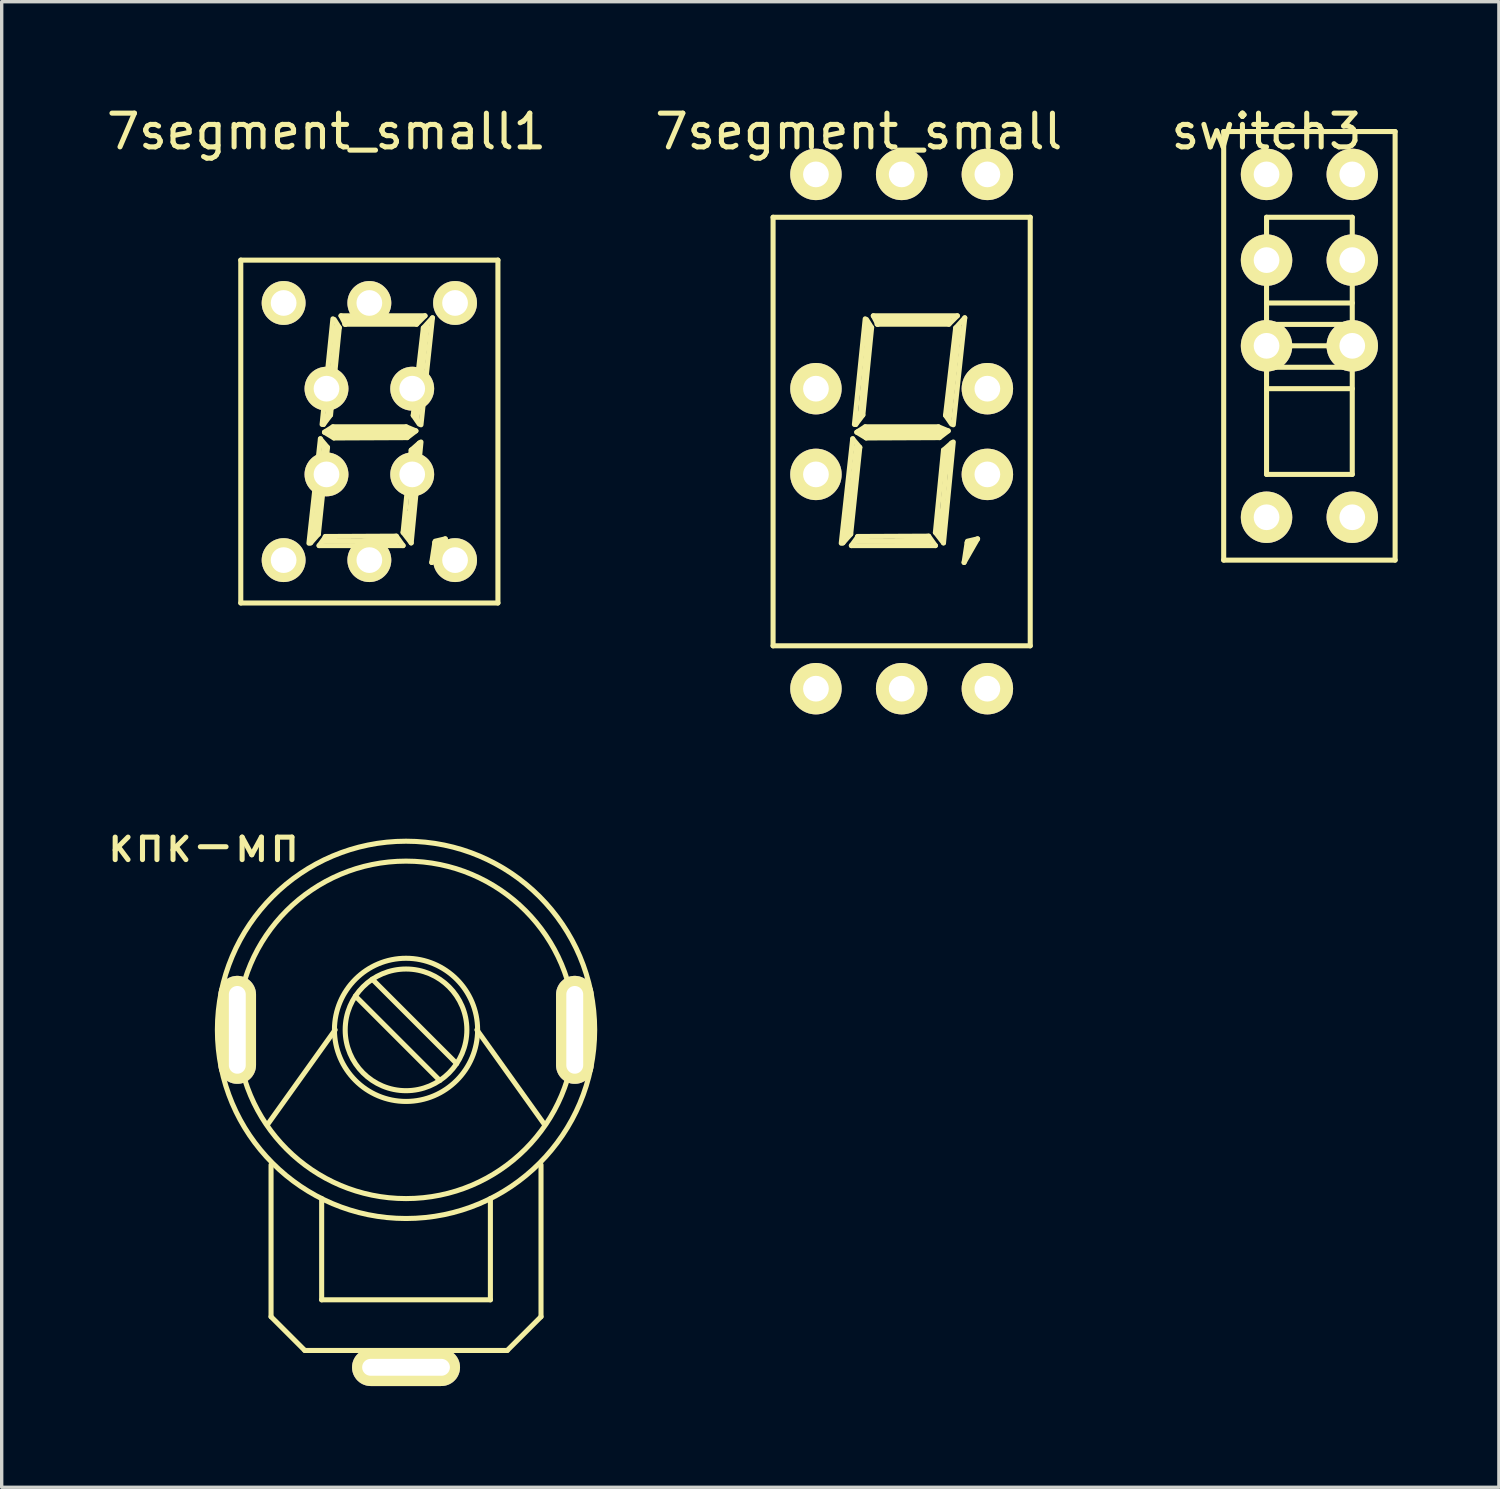
<source format=kicad_pcb>
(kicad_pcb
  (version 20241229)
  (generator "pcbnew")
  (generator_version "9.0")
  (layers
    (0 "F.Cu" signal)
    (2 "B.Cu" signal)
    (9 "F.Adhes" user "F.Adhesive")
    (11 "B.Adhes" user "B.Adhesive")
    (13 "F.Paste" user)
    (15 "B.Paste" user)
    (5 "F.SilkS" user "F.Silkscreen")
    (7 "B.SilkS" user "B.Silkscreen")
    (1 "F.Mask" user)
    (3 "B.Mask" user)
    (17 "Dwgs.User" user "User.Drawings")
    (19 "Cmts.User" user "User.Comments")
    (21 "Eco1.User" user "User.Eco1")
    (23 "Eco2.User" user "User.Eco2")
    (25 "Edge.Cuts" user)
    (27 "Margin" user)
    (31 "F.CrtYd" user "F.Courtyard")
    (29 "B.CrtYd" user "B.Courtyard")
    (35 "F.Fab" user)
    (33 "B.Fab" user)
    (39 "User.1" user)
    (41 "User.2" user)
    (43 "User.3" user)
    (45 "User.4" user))
  (footprint "кпк-мп"
    (layer "F.Cu")
    (at 8.982 27.468)
    (property "Reference" "кпк-мп" (at -6 -5.5 0) (layer "F.SilkS") (effects (font (size 1 1) (thickness 0.15))))
    (attr through_hole)
    (fp_line (start -4 8.5) (end -4 4) (stroke (width 0.15) (type solid)) (layer "F.SilkS"))
    (fp_line (start -3 9.5) (end -4 8.5) (stroke (width 0.15) (type solid)) (layer "F.SilkS"))
    (fp_line (start -2.5 5) (end -2.5 8) (stroke (width 0.15) (type solid)) (layer "F.SilkS"))
    (fp_line (start -2.5 8) (end 2.5 8) (stroke (width 0.15) (type solid)) (layer "F.SilkS"))
    (fp_line (start -2.1 0) (end -4.1 2.8) (stroke (width 0.15) (type solid)) (layer "F.SilkS"))
    (fp_line (start -1.5 -1) (end 1 1.5) (stroke (width 0.15) (type solid)) (layer "F.SilkS"))
    (fp_line (start -1 -1.5) (end 1.5 1) (stroke (width 0.15) (type solid)) (layer "F.SilkS"))
    (fp_line (start 2.1 0) (end 4.1 2.8) (stroke (width 0.15) (type solid)) (layer "F.SilkS"))
    (fp_line (start 2.5 8) (end 2.5 5) (stroke (width 0.15) (type solid)) (layer "F.SilkS"))
    (fp_line (start 3 9.5) (end -3 9.5) (stroke (width 0.15) (type solid)) (layer "F.SilkS"))
    (fp_line (start 4 4) (end 4 8.5) (stroke (width 0.15) (type solid)) (layer "F.SilkS"))
    (fp_line (start 4 8.5) (end 3 9.5) (stroke (width 0.15) (type solid)) (layer "F.SilkS"))
    (fp_circle (center 0 0) (end 1 1.5) (stroke (width 0.15) (type solid)) (fill no) (layer "F.SilkS"))
    (fp_circle (center 0 0) (end 1.5 1.5) (stroke (width 0.15) (type solid)) (fill no) (layer "F.SilkS"))
    (fp_circle (center 0 0) (end 4 3) (stroke (width 0.15) (type solid)) (fill no) (layer "F.SilkS"))
    (fp_circle (center 0 0) (end 5 2.5) (stroke (width 0.15) (type solid)) (fill no) (layer "F.SilkS"))
    (pad "1" thru_hole oval (at -5 0) (size 1.11 3.2) (drill oval 0.5 2.6) (layers "*.Cu" "*.Mask" "F.SilkS"))
    (pad "1" thru_hole oval (at 5 0) (size 1.11 3.2) (drill oval 0.5 2.6) (layers "*.Cu" "*.Mask" "F.SilkS"))
    (pad "2" thru_hole oval (at 0 10 90) (size 1.11 3.2) (drill oval 0.5 2.6) (layers "*.Cu" "*.Mask" "F.SilkS")))
  (footprint "7segment_small"
    (layer "F.Cu")
    (at 23.669 9.738)
    (property "Reference" "7segment_small" (at -1.27 -8.89 0) (layer "F.SilkS") (effects (font (size 1 1) (thickness 0.15))))
    (attr through_hole)
    (fp_line (start -3.81 -6.35) (end 3.81 -6.35) (stroke (width 0.15) (type solid)) (layer "F.SilkS"))
    (fp_line (start -3.81 6.35) (end -3.81 -6.35) (stroke (width 0.15) (type solid)) (layer "F.SilkS"))
    (fp_line (start -1.74 3.3) (end -1.63 2.99) (stroke (width 0.15) (type solid)) (layer "F.SilkS"))
    (fp_line (start -1.63 2.99) (end -1.34 0.44) (stroke (width 0.15) (type solid)) (layer "F.SilkS"))
    (fp_line (start -1.51 3.04) (end -1.74 3.3) (stroke (width 0.15) (type solid)) (layer "F.SilkS"))
    (fp_line (start -1.49 3.38) (end -1.3 3.12) (stroke (width 0.15) (type solid)) (layer "F.SilkS"))
    (fp_line (start -1.45 0.21) (end -1.79 3.31) (stroke (width 0.15) (type solid)) (layer "F.SilkS"))
    (fp_line (start -1.45 0.22) (end -1.24 0.47) (stroke (width 0.15) (type solid)) (layer "F.SilkS"))
    (fp_line (start -1.4 -0.21) (end -1.08 -3.34) (stroke (width 0.15) (type solid)) (layer "F.SilkS"))
    (fp_line (start -1.36 -0.21) (end -1.22 -0.55) (stroke (width 0.15) (type solid)) (layer "F.SilkS"))
    (fp_line (start -1.33 0.02) (end -0.95 -0.01) (stroke (width 0.15) (type solid)) (layer "F.SilkS"))
    (fp_line (start -1.33 3.24) (end 0.8 3.26) (stroke (width 0.15) (type solid)) (layer "F.SilkS"))
    (fp_line (start -1.31 3.11) (end 0.8 3.1) (stroke (width 0.15) (type solid)) (layer "F.SilkS"))
    (fp_line (start -1.3 0) (end -1.08 -0.14) (stroke (width 0.15) (type solid)) (layer "F.SilkS"))
    (fp_line (start -1.3 3.12) (end -1.33 3.24) (stroke (width 0.15) (type solid)) (layer "F.SilkS"))
    (fp_line (start -1.24 0.47) (end -1.51 3.04) (stroke (width 0.15) (type solid)) (layer "F.SilkS"))
    (fp_line (start -1.22 -0.55) (end -0.98 -3.11) (stroke (width 0.15) (type solid)) (layer "F.SilkS"))
    (fp_line (start -1.15 -0.49) (end -1.36 -0.21) (stroke (width 0.15) (type solid)) (layer "F.SilkS"))
    (fp_line (start -1.08 -0.14) (end 1.09 -0.14) (stroke (width 0.15) (type solid)) (layer "F.SilkS"))
    (fp_line (start -1.05 0.19) (end -1.33 0.02) (stroke (width 0.15) (type solid)) (layer "F.SilkS"))
    (fp_line (start -1.04 -3.32) (end -0.89 -3.08) (stroke (width 0.15) (type solid)) (layer "F.SilkS"))
    (fp_line (start -0.95 -0.01) (end 1.1 -0.01) (stroke (width 0.15) (type solid)) (layer "F.SilkS"))
    (fp_line (start -0.89 -3.08) (end -1.15 -0.49) (stroke (width 0.15) (type solid)) (layer "F.SilkS"))
    (fp_line (start -0.84 -3.43) (end -0.71 -3.18) (stroke (width 0.15) (type solid)) (layer "F.SilkS"))
    (fp_line (start -0.73 -3.18) (end 1.4 -3.18) (stroke (width 0.15) (type solid)) (layer "F.SilkS"))
    (fp_line (start -0.71 -3.18) (end -0.7 -3.3) (stroke (width 0.15) (type solid)) (layer "F.SilkS"))
    (fp_line (start -0.7 -3.3) (end 1.42 -3.31) (stroke (width 0.15) (type solid)) (layer "F.SilkS"))
    (fp_line (start 0.15 3.2) (end 0.79 3.21) (stroke (width 0.15) (type solid)) (layer "F.SilkS"))
    (fp_line (start 0.79 3.21) (end -0.17 3.24) (stroke (width 0.15) (type solid)) (layer "F.SilkS"))
    (fp_line (start 0.8 3.1) (end 1 3.38) (stroke (width 0.15) (type solid)) (layer "F.SilkS"))
    (fp_line (start 1 2.99) (end 1.24 0.55) (stroke (width 0.15) (type solid)) (layer "F.SilkS"))
    (fp_line (start 1 3.38) (end -1.49 3.38) (stroke (width 0.15) (type solid)) (layer "F.SilkS"))
    (fp_line (start 1.04 0.1) (end -1.08 0.1) (stroke (width 0.15) (type solid)) (layer "F.SilkS"))
    (fp_line (start 1.08 3.02) (end 1.15 2.42) (stroke (width 0.15) (type solid)) (layer "F.SilkS"))
    (fp_line (start 1.09 -0.14) (end 1.38 -0.02) (stroke (width 0.15) (type solid)) (layer "F.SilkS"))
    (fp_line (start 1.1 -0.01) (end 1.21 0.02) (stroke (width 0.15) (type solid)) (layer "F.SilkS"))
    (fp_line (start 1.12 0.18) (end -1.05 0.19) (stroke (width 0.15) (type solid)) (layer "F.SilkS"))
    (fp_line (start 1.21 0.02) (end 1.04 0.1) (stroke (width 0.15) (type solid)) (layer "F.SilkS"))
    (fp_line (start 1.24 0.55) (end 1.48 0.34) (stroke (width 0.15) (type solid)) (layer "F.SilkS"))
    (fp_line (start 1.24 3.3) (end 1 2.99) (stroke (width 0.15) (type solid)) (layer "F.SilkS"))
    (fp_line (start 1.3 -0.48) (end 1.48 -0.22) (stroke (width 0.15) (type solid)) (layer "F.SilkS"))
    (fp_line (start 1.35 0.61) (end 1.15 3.07) (stroke (width 0.15) (type solid)) (layer "F.SilkS"))
    (fp_line (start 1.38 -0.02) (end 1.12 0.18) (stroke (width 0.15) (type solid)) (layer "F.SilkS"))
    (fp_line (start 1.38 0.63) (end 1.39 1.07) (stroke (width 0.15) (type solid)) (layer "F.SilkS"))
    (fp_line (start 1.4 -3.18) (end 1.65 -3.43) (stroke (width 0.15) (type solid)) (layer "F.SilkS"))
    (fp_line (start 1.41 -0.38) (end 1.71 -3.11) (stroke (width 0.15) (type solid)) (layer "F.SilkS"))
    (fp_line (start 1.48 0.34) (end 1.35 0.61) (stroke (width 0.15) (type solid)) (layer "F.SilkS"))
    (fp_line (start 1.53 -0.2) (end 1.87 -3.37) (stroke (width 0.15) (type solid)) (layer "F.SilkS"))
    (fp_line (start 1.53 0.31) (end 1.24 3.3) (stroke (width 0.15) (type solid)) (layer "F.SilkS"))
    (fp_line (start 1.6 -3.07) (end 1.3 -0.48) (stroke (width 0.15) (type solid)) (layer "F.SilkS"))
    (fp_line (start 1.65 -3.43) (end -0.84 -3.43) (stroke (width 0.15) (type solid)) (layer "F.SilkS"))
    (fp_line (start 1.85 3.88) (end 1.94 3.29) (stroke (width 0.15) (type solid)) (layer "F.SilkS"))
    (fp_line (start 1.87 -3.37) (end 1.6 -3.07) (stroke (width 0.15) (type solid)) (layer "F.SilkS"))
    (fp_line (start 1.94 3.29) (end 2.07 3.3) (stroke (width 0.15) (type solid)) (layer "F.SilkS"))
    (fp_line (start 1.95 3.25) (end 2.25 3.18) (stroke (width 0.15) (type solid)) (layer "F.SilkS"))
    (fp_line (start 2.07 3.3) (end 1.99 3.47) (stroke (width 0.15) (type solid)) (layer "F.SilkS"))
    (fp_line (start 2.25 3.18) (end 1.85 3.88) (stroke (width 0.15) (type solid)) (layer "F.SilkS"))
    (fp_line (start 3.81 -6.35) (end 3.81 6.35) (stroke (width 0.15) (type solid)) (layer "F.SilkS"))
    (fp_line (start 3.81 6.35) (end -3.81 6.35) (stroke (width 0.15) (type solid)) (layer "F.SilkS"))
    (pad "1" thru_hole circle (at -2.54 7.62) (size 1.524 1.524) (drill 0.762) (layers "*.Cu" "*.Mask" "F.SilkS"))
    (pad "2" thru_hole circle (at -2.54 1.27) (size 1.524 1.524) (drill 0.762) (layers "*.Cu" "*.Mask" "F.SilkS"))
    (pad "3" thru_hole circle (at 0 7.62) (size 1.524 1.524) (drill 0.762) (layers "*.Cu" "*.Mask" "F.SilkS"))
    (pad "4" thru_hole circle (at 2.54 1.27) (size 1.524 1.524) (drill 0.762) (layers "*.Cu" "*.Mask" "F.SilkS"))
    (pad "5" thru_hole circle (at 2.54 7.62) (size 1.524 1.524) (drill 0.762) (layers "*.Cu" "*.Mask" "F.SilkS"))
    (pad "6" thru_hole circle (at 2.54 -7.62) (size 1.524 1.524) (drill 0.762) (layers "*.Cu" "*.Mask" "F.SilkS"))
    (pad "7" thru_hole circle (at 2.54 -1.27) (size 1.524 1.524) (drill 0.762) (layers "*.Cu" "*.Mask" "F.SilkS"))
    (pad "8" thru_hole circle (at 0 -7.62) (size 1.524 1.524) (drill 0.762) (layers "*.Cu" "*.Mask" "F.SilkS"))
    (pad "9" thru_hole circle (at -2.54 -7.62) (size 1.524 1.524) (drill 0.762) (layers "*.Cu" "*.Mask" "F.SilkS"))
    (pad "10" thru_hole circle (at -2.54 -1.27) (size 1.524 1.524) (drill 0.762) (layers "*.Cu" "*.Mask" "F.SilkS")))
  (footprint "7segment_small1"
    (layer "F.Cu")
    (at 7.895 9.738)
    (property "Reference" "7segment_small1" (at -1.27 -8.89 0) (layer "F.SilkS") (effects (font (size 1 1) (thickness 0.15))))
    (attr through_hole)
    (fp_line (start -3.81 -5.08) (end 3.81 -5.08) (stroke (width 0.15) (type solid)) (layer "F.SilkS"))
    (fp_line (start -3.81 5.08) (end -3.81 -5.08) (stroke (width 0.15) (type solid)) (layer "F.SilkS"))
    (fp_line (start -1.74 3.3) (end -1.63 2.99) (stroke (width 0.15) (type solid)) (layer "F.SilkS"))
    (fp_line (start -1.63 2.99) (end -1.34 0.44) (stroke (width 0.15) (type solid)) (layer "F.SilkS"))
    (fp_line (start -1.51 3.04) (end -1.74 3.3) (stroke (width 0.15) (type solid)) (layer "F.SilkS"))
    (fp_line (start -1.49 3.38) (end -1.3 3.12) (stroke (width 0.15) (type solid)) (layer "F.SilkS"))
    (fp_line (start -1.45 0.21) (end -1.79 3.31) (stroke (width 0.15) (type solid)) (layer "F.SilkS"))
    (fp_line (start -1.45 0.22) (end -1.24 0.47) (stroke (width 0.15) (type solid)) (layer "F.SilkS"))
    (fp_line (start -1.4 -0.21) (end -1.08 -3.34) (stroke (width 0.15) (type solid)) (layer "F.SilkS"))
    (fp_line (start -1.36 -0.21) (end -1.22 -0.55) (stroke (width 0.15) (type solid)) (layer "F.SilkS"))
    (fp_line (start -1.33 0.02) (end -0.95 -0.01) (stroke (width 0.15) (type solid)) (layer "F.SilkS"))
    (fp_line (start -1.33 3.24) (end 0.8 3.26) (stroke (width 0.15) (type solid)) (layer "F.SilkS"))
    (fp_line (start -1.31 3.11) (end 0.8 3.1) (stroke (width 0.15) (type solid)) (layer "F.SilkS"))
    (fp_line (start -1.3 0) (end -1.08 -0.14) (stroke (width 0.15) (type solid)) (layer "F.SilkS"))
    (fp_line (start -1.3 3.12) (end -1.33 3.24) (stroke (width 0.15) (type solid)) (layer "F.SilkS"))
    (fp_line (start -1.24 0.47) (end -1.51 3.04) (stroke (width 0.15) (type solid)) (layer "F.SilkS"))
    (fp_line (start -1.22 -0.55) (end -0.98 -3.11) (stroke (width 0.15) (type solid)) (layer "F.SilkS"))
    (fp_line (start -1.15 -0.49) (end -1.36 -0.21) (stroke (width 0.15) (type solid)) (layer "F.SilkS"))
    (fp_line (start -1.08 -0.14) (end 1.09 -0.14) (stroke (width 0.15) (type solid)) (layer "F.SilkS"))
    (fp_line (start -1.05 0.19) (end -1.33 0.02) (stroke (width 0.15) (type solid)) (layer "F.SilkS"))
    (fp_line (start -1.04 -3.32) (end -0.89 -3.08) (stroke (width 0.15) (type solid)) (layer "F.SilkS"))
    (fp_line (start -0.95 -0.01) (end 1.1 -0.01) (stroke (width 0.15) (type solid)) (layer "F.SilkS"))
    (fp_line (start -0.89 -3.08) (end -1.15 -0.49) (stroke (width 0.15) (type solid)) (layer "F.SilkS"))
    (fp_line (start -0.84 -3.43) (end -0.71 -3.18) (stroke (width 0.15) (type solid)) (layer "F.SilkS"))
    (fp_line (start -0.73 -3.18) (end 1.4 -3.18) (stroke (width 0.15) (type solid)) (layer "F.SilkS"))
    (fp_line (start -0.71 -3.18) (end -0.7 -3.3) (stroke (width 0.15) (type solid)) (layer "F.SilkS"))
    (fp_line (start -0.7 -3.3) (end 1.42 -3.31) (stroke (width 0.15) (type solid)) (layer "F.SilkS"))
    (fp_line (start 0.15 3.2) (end 0.79 3.21) (stroke (width 0.15) (type solid)) (layer "F.SilkS"))
    (fp_line (start 0.79 3.21) (end -0.17 3.24) (stroke (width 0.15) (type solid)) (layer "F.SilkS"))
    (fp_line (start 0.8 3.1) (end 1 3.38) (stroke (width 0.15) (type solid)) (layer "F.SilkS"))
    (fp_line (start 1 2.99) (end 1.24 0.55) (stroke (width 0.15) (type solid)) (layer "F.SilkS"))
    (fp_line (start 1 3.38) (end -1.49 3.38) (stroke (width 0.15) (type solid)) (layer "F.SilkS"))
    (fp_line (start 1.04 0.1) (end -1.08 0.1) (stroke (width 0.15) (type solid)) (layer "F.SilkS"))
    (fp_line (start 1.08 3.02) (end 1.15 2.42) (stroke (width 0.15) (type solid)) (layer "F.SilkS"))
    (fp_line (start 1.09 -0.14) (end 1.38 -0.02) (stroke (width 0.15) (type solid)) (layer "F.SilkS"))
    (fp_line (start 1.1 -0.01) (end 1.21 0.02) (stroke (width 0.15) (type solid)) (layer "F.SilkS"))
    (fp_line (start 1.12 0.18) (end -1.05 0.19) (stroke (width 0.15) (type solid)) (layer "F.SilkS"))
    (fp_line (start 1.21 0.02) (end 1.04 0.1) (stroke (width 0.15) (type solid)) (layer "F.SilkS"))
    (fp_line (start 1.24 0.55) (end 1.48 0.34) (stroke (width 0.15) (type solid)) (layer "F.SilkS"))
    (fp_line (start 1.24 3.3) (end 1 2.99) (stroke (width 0.15) (type solid)) (layer "F.SilkS"))
    (fp_line (start 1.3 -0.48) (end 1.48 -0.22) (stroke (width 0.15) (type solid)) (layer "F.SilkS"))
    (fp_line (start 1.35 0.61) (end 1.15 3.07) (stroke (width 0.15) (type solid)) (layer "F.SilkS"))
    (fp_line (start 1.38 -0.02) (end 1.12 0.18) (stroke (width 0.15) (type solid)) (layer "F.SilkS"))
    (fp_line (start 1.38 0.63) (end 1.39 1.07) (stroke (width 0.15) (type solid)) (layer "F.SilkS"))
    (fp_line (start 1.4 -3.18) (end 1.65 -3.43) (stroke (width 0.15) (type solid)) (layer "F.SilkS"))
    (fp_line (start 1.41 -0.38) (end 1.71 -3.11) (stroke (width 0.15) (type solid)) (layer "F.SilkS"))
    (fp_line (start 1.48 0.34) (end 1.35 0.61) (stroke (width 0.15) (type solid)) (layer "F.SilkS"))
    (fp_line (start 1.53 -0.2) (end 1.87 -3.37) (stroke (width 0.15) (type solid)) (layer "F.SilkS"))
    (fp_line (start 1.53 0.31) (end 1.24 3.3) (stroke (width 0.15) (type solid)) (layer "F.SilkS"))
    (fp_line (start 1.6 -3.07) (end 1.3 -0.48) (stroke (width 0.15) (type solid)) (layer "F.SilkS"))
    (fp_line (start 1.65 -3.43) (end -0.84 -3.43) (stroke (width 0.15) (type solid)) (layer "F.SilkS"))
    (fp_line (start 1.85 3.88) (end 1.94 3.29) (stroke (width 0.15) (type solid)) (layer "F.SilkS"))
    (fp_line (start 1.87 -3.37) (end 1.6 -3.07) (stroke (width 0.15) (type solid)) (layer "F.SilkS"))
    (fp_line (start 1.94 3.29) (end 2.07 3.3) (stroke (width 0.15) (type solid)) (layer "F.SilkS"))
    (fp_line (start 1.95 3.25) (end 2.25 3.18) (stroke (width 0.15) (type solid)) (layer "F.SilkS"))
    (fp_line (start 2.07 3.3) (end 1.99 3.47) (stroke (width 0.15) (type solid)) (layer "F.SilkS"))
    (fp_line (start 2.25 3.18) (end 1.85 3.88) (stroke (width 0.15) (type solid)) (layer "F.SilkS"))
    (fp_line (start 3.81 -5.08) (end 3.81 5.08) (stroke (width 0.15) (type solid)) (layer "F.SilkS"))
    (fp_line (start 3.81 5.08) (end -3.81 5.08) (stroke (width 0.15) (type solid)) (layer "F.SilkS"))
    (pad "1" thru_hole circle (at -2.54 3.81) (size 1.3 1.3) (drill 0.762) (layers "*.Cu" "*.Mask" "F.SilkS"))
    (pad "2" thru_hole circle (at -1.27 1.27) (size 1.3 1.3) (drill 0.762) (layers "*.Cu" "*.Mask" "F.SilkS"))
    (pad "3" thru_hole circle (at 0 3.81) (size 1.3 1.3) (drill 0.762) (layers "*.Cu" "*.Mask" "F.SilkS"))
    (pad "4" thru_hole circle (at 1.27 1.27) (size 1.3 1.3) (drill 0.762) (layers "*.Cu" "*.Mask" "F.SilkS"))
    (pad "5" thru_hole circle (at 2.54 3.81) (size 1.3 1.3) (drill 0.762) (layers "*.Cu" "*.Mask" "F.SilkS"))
    (pad "6" thru_hole circle (at 2.54 -3.81) (size 1.3 1.3) (drill 0.762) (layers "*.Cu" "*.Mask" "F.SilkS"))
    (pad "7" thru_hole circle (at 1.27 -1.27) (size 1.3 1.3) (drill 0.762) (layers "*.Cu" "*.Mask" "F.SilkS"))
    (pad "8" thru_hole circle (at 0 -3.81) (size 1.3 1.3) (drill 0.762) (layers "*.Cu" "*.Mask" "F.SilkS"))
    (pad "9" thru_hole circle (at -2.54 -3.81) (size 1.3 1.3) (drill 0.762) (layers "*.Cu" "*.Mask" "F.SilkS"))
    (pad "10" thru_hole circle (at -1.27 -1.27) (size 1.3 1.3) (drill 0.762) (layers "*.Cu" "*.Mask" "F.SilkS")))
  (footprint "switch3"
    (layer "F.Cu")
    (at 35.752 5.928)
    (property "Reference" "switch3" (at -1.27 -5.08 0) (layer "F.SilkS") (effects (font (size 1 1) (thickness 0.15))))
    (attr through_hole)
    (fp_line (start -2.54 -5.08) (end 2.54 -5.08) (stroke (width 0.15) (type solid)) (layer "F.SilkS"))
    (fp_line (start -2.54 7.62) (end -2.54 -5.08) (stroke (width 0.15) (type solid)) (layer "F.SilkS"))
    (fp_line (start -1.27 -2.54) (end -1.27 5.08) (stroke (width 0.15) (type solid)) (layer "F.SilkS"))
    (fp_line (start -1.27 0) (end 1.27 0) (stroke (width 0.15) (type solid)) (layer "F.SilkS"))
    (fp_line (start -1.27 0.635) (end 1.27 0.635) (stroke (width 0.15) (type solid)) (layer "F.SilkS"))
    (fp_line (start -1.27 1.27) (end 1.27 1.27) (stroke (width 0.15) (type solid)) (layer "F.SilkS"))
    (fp_line (start -1.27 1.905) (end 1.27 1.905) (stroke (width 0.15) (type solid)) (layer "F.SilkS"))
    (fp_line (start -1.27 2.54) (end 1.27 2.54) (stroke (width 0.15) (type solid)) (layer "F.SilkS"))
    (fp_line (start -1.27 5.08) (end 1.27 5.08) (stroke (width 0.15) (type solid)) (layer "F.SilkS"))
    (fp_line (start 1.27 -2.54) (end -1.27 -2.54) (stroke (width 0.15) (type solid)) (layer "F.SilkS"))
    (fp_line (start 1.27 5.08) (end 1.27 -2.54) (stroke (width 0.15) (type solid)) (layer "F.SilkS"))
    (fp_line (start 2.54 -5.08) (end 2.54 7.62) (stroke (width 0.15) (type solid)) (layer "F.SilkS"))
    (fp_line (start 2.54 7.62) (end -2.54 7.62) (stroke (width 0.15) (type solid)) (layer "F.SilkS"))
    (pad "1" thru_hole circle (at 1.27 1.27) (size 1.524 1.524) (drill 0.762) (layers "*.Cu" "*.Mask" "F.SilkS"))
    (pad "2" thru_hole circle (at 1.27 6.35) (size 1.524 1.524) (drill 0.762) (layers "*.Cu" "*.Mask" "F.SilkS"))
    (pad "3" thru_hole circle (at 1.27 -1.27) (size 1.524 1.524) (drill 0.762) (layers "*.Cu" "*.Mask" "F.SilkS"))
    (pad "4" thru_hole circle (at 1.27 -3.81) (size 1.524 1.524) (drill 0.762) (layers "*.Cu" "*.Mask" "F.SilkS"))
    (pad "5" thru_hole circle (at -1.27 1.27) (size 1.524 1.524) (drill 0.762) (layers "*.Cu" "*.Mask" "F.SilkS"))
    (pad "6" thru_hole circle (at -1.27 6.35) (size 1.524 1.524) (drill 0.762) (layers "*.Cu" "*.Mask" "F.SilkS"))
    (pad "7" thru_hole circle (at -1.27 -1.27) (size 1.524 1.524) (drill 0.762) (layers "*.Cu" "*.Mask" "F.SilkS"))
    (pad "8" thru_hole circle (at -1.27 -3.81) (size 1.524 1.524) (drill 0.762) (layers "*.Cu" "*.Mask" "F.SilkS")))
  (gr_rect
    (start -3 -3)
    (end 41.367 41.023)
    (stroke (width 0.1) (type default))
    (fill no)
    (layer "Edge.Cuts")))
</source>
